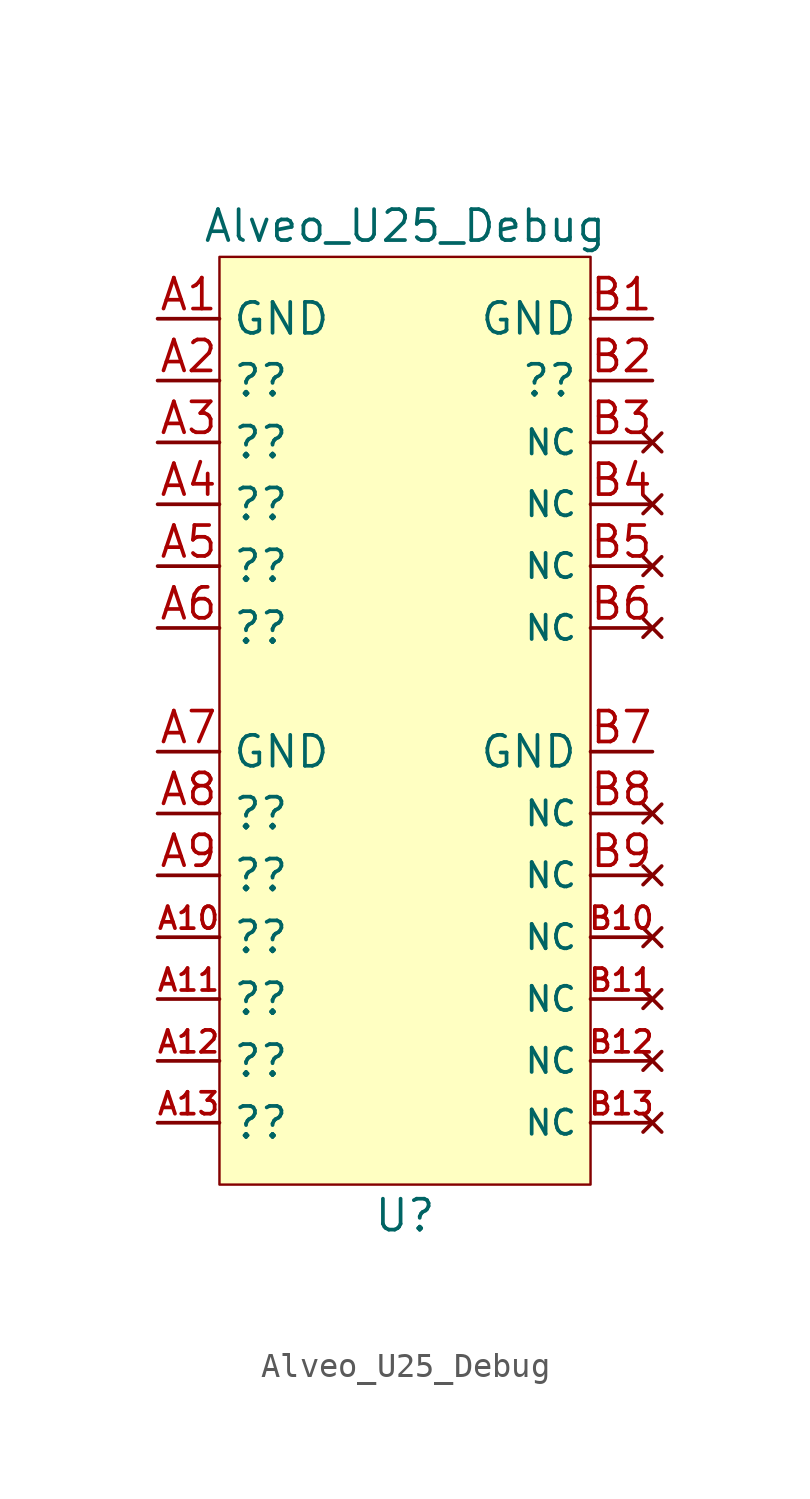
<source format=kicad_sym>
(kicad_symbol_lib
  (version 20211014)
  (generator kicad_symbol_editor)
  (symbol "Alveo_U25_Debug"
    (property "Reference" "U"
      (at 0 -21.59 0)
      (effects (font (size 1.27 1.27))))
    (property "Value" "Alveo_U25_Debug"
      (at 0 19.05 0)
      (effects (font (size 1.27 1.27))))
    (symbol "Alveo_U25_Debug_0_1"
      (rectangle (start -7.62 17.78) (end 7.62 -20.32) (stroke (width 0.1) (type default) (color 0 0 0 0)) (fill (type background))))
    (symbol "Alveo_U25_Debug_1_1"
      (pin power_out line (at -10.16 15.24 0) (length 2.54) (name "GND" (effects (font (size 1.27 1.27)))) (number "A1" (effects (font (size 1.27 1.27)))))
      (pin passive line (at -10.16 -10.16 0) (length 2.54) (name "??" (effects (font (size 1.27 1.27)))) (number "A10" (effects (font (size 0.9 0.9)))))
      (pin passive line (at -10.16 -12.7 0) (length 2.54) (name "??" (effects (font (size 1.27 1.27)))) (number "A11" (effects (font (size 0.9 0.9)))))
      (pin passive line (at -10.16 -15.24 0) (length 2.54) (name "??" (effects (font (size 1.27 1.27)))) (number "A12" (effects (font (size 0.9 0.9)))))
      (pin passive line (at -10.16 -17.78 0) (length 2.54) (name "??" (effects (font (size 1.27 1.27)))) (number "A13" (effects (font (size 0.9 0.9)))))
      (pin passive line (at -10.16 12.7 0) (length 2.54) (name "??" (effects (font (size 1.27 1.27)))) (number "A2" (effects (font (size 1.27 1.27)))))
      (pin passive line (at -10.16 10.16 0) (length 2.54) (name "??" (effects (font (size 1.27 1.27)))) (number "A3" (effects (font (size 1.27 1.27)))))
      (pin passive line (at -10.16 7.62 0) (length 2.54) (name "??" (effects (font (size 1.27 1.27)))) (number "A4" (effects (font (size 1.27 1.27)))))
      (pin passive line (at -10.16 5.08 0) (length 2.54) (name "??" (effects (font (size 1.27 1.27)))) (number "A5" (effects (font (size 1.27 1.27)))))
      (pin passive line (at -10.16 2.54 0) (length 2.54) (name "??" (effects (font (size 1.27 1.27)))) (number "A6" (effects (font (size 1.27 1.27)))))
      (pin power_out line (at -10.16 -2.54 0) (length 2.54) (name "GND" (effects (font (size 1.27 1.27)))) (number "A7" (effects (font (size 1.27 1.27)))))
      (pin passive line (at -10.16 -5.08 0) (length 2.54) (name "??" (effects (font (size 1.27 1.27)))) (number "A8" (effects (font (size 1.27 1.27)))))
      (pin passive line (at -10.16 -7.62 0) (length 2.54) (name "??" (effects (font (size 1.27 1.27)))) (number "A9" (effects (font (size 1.27 1.27)))))
      (pin power_out line (at 10.16 15.24 180) (length 2.54) (name "GND" (effects (font (size 1.27 1.27)))) (number "B1" (effects (font (size 1.27 1.27)))))
      (pin no_connect line (at 10.16 -10.16 180) (length 2.54) (name "NC" (effects (font (size 1 1)))) (number "B10" (effects (font (size 0.9 0.9)))))
      (pin no_connect line (at 10.16 -12.7 180) (length 2.54) (name "NC" (effects (font (size 1 1)))) (number "B11" (effects (font (size 0.9 0.9)))))
      (pin no_connect line (at 10.16 -15.24 180) (length 2.54) (name "NC" (effects (font (size 1 1)))) (number "B12" (effects (font (size 0.9 0.9)))))
      (pin no_connect line (at 10.16 -17.78 180) (length 2.54) (name "NC" (effects (font (size 1 1)))) (number "B13" (effects (font (size 0.9 0.9)))))
      (pin passive line (at 10.16 12.7 180) (length 2.54) (name "??" (effects (font (size 1.27 1.27)))) (number "B2" (effects (font (size 1.27 1.27)))))
      (pin no_connect line (at 10.16 10.16 180) (length 2.54) (name "NC" (effects (font (size 1 1)))) (number "B3" (effects (font (size 1.27 1.27)))))
      (pin no_connect line (at 10.16 7.62 180) (length 2.54) (name "NC" (effects (font (size 1 1)))) (number "B4" (effects (font (size 1.27 1.27)))))
      (pin no_connect line (at 10.16 5.08 180) (length 2.54) (name "NC" (effects (font (size 1 1)))) (number "B5" (effects (font (size 1.27 1.27)))))
      (pin no_connect line (at 10.16 2.54 180) (length 2.54) (name "NC" (effects (font (size 1 1)))) (number "B6" (effects (font (size 1.27 1.27)))))
      (pin power_out line (at 10.16 -2.54 180) (length 2.54) (name "GND" (effects (font (size 1.27 1.27)))) (number "B7" (effects (font (size 1.27 1.27)))))
      (pin no_connect line (at 10.16 -5.08 180) (length 2.54) (name "NC" (effects (font (size 1 1)))) (number "B8" (effects (font (size 1.27 1.27)))))
      (pin no_connect line (at 10.16 -7.62 180) (length 2.54) (name "NC" (effects (font (size 1 1)))) (number "B9" (effects (font (size 1.27 1.27))))))))
</source>
